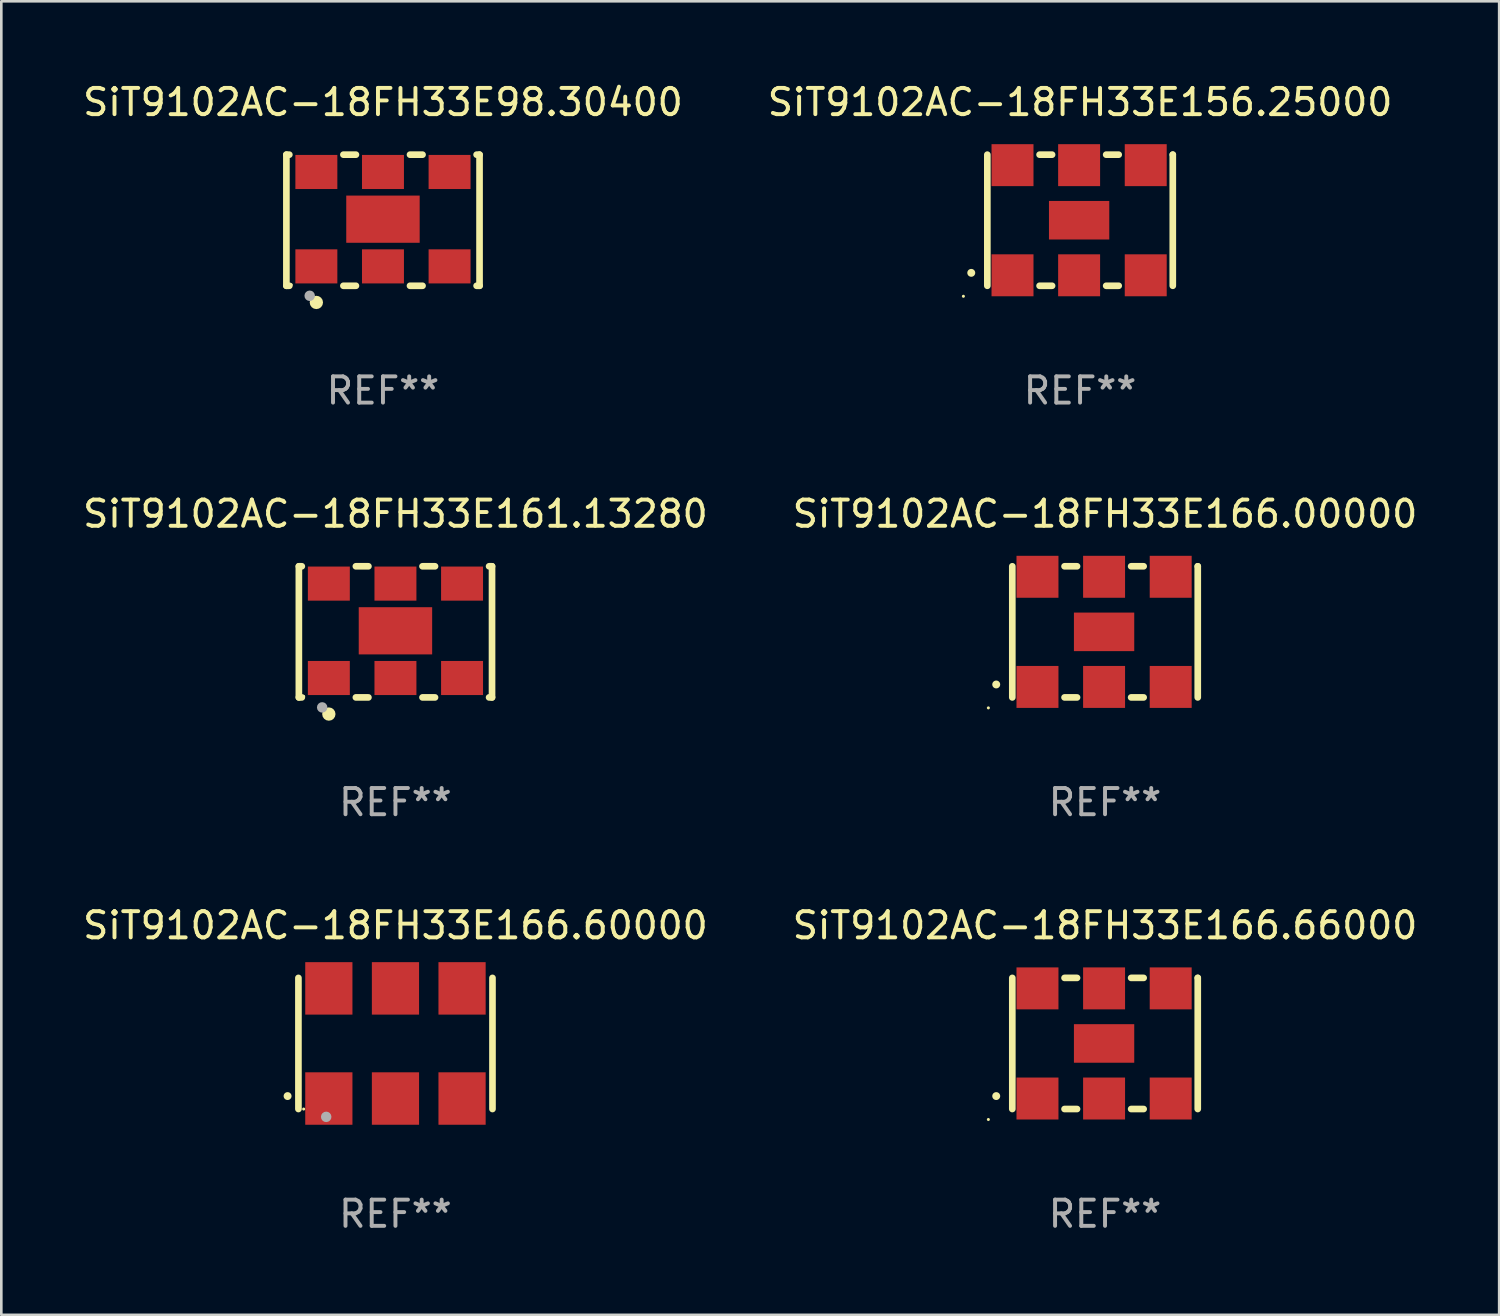
<source format=kicad_pcb>
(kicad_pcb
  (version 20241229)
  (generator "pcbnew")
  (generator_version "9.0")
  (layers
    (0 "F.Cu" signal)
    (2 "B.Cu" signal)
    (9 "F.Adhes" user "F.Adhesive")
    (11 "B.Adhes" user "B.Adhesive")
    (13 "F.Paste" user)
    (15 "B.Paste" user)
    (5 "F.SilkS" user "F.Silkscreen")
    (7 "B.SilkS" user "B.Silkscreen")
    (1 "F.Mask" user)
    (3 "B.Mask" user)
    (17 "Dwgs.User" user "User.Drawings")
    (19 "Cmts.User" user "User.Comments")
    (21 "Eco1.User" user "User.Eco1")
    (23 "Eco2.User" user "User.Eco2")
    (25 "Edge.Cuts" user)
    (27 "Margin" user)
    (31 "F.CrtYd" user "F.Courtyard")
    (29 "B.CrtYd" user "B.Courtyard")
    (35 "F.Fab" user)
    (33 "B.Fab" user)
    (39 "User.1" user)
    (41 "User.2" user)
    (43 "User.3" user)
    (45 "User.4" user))
  (footprint "SiT9102AC-18FH33E161.13280"
    (layer "F.Cu")
    (at 12.03 21.045)
    (property "Reference" "SiT9102AC-18FH33E161.13280" (at 0 -4.5 0) (layer "F.SilkS") (effects (font (size 1 1) (thickness 0.15))))
    (attr through_hole)
    (fp_line (start -3.683 -2.5) (end -3.571 -2.5) (stroke (width 0.254) (type solid)) (layer "F.SilkS"))
    (fp_line (start -3.683 2.5) (end -3.683 -2.5) (stroke (width 0.254) (type solid)) (layer "F.SilkS"))
    (fp_line (start -3.683 2.5) (end -3.571 2.5) (stroke (width 0.254) (type solid)) (layer "F.SilkS"))
    (fp_line (start -1.509 -2.5) (end -1.031 -2.5) (stroke (width 0.254) (type solid)) (layer "F.SilkS"))
    (fp_line (start -1.509 2.5) (end -1.031 2.5) (stroke (width 0.254) (type solid)) (layer "F.SilkS"))
    (fp_line (start 1.031 -2.5) (end 1.509 -2.5) (stroke (width 0.254) (type solid)) (layer "F.SilkS"))
    (fp_line (start 1.031 2.5) (end 1.509 2.5) (stroke (width 0.254) (type solid)) (layer "F.SilkS"))
    (fp_line (start 3.571 -2.5) (end 3.683 -2.5) (stroke (width 0.254) (type solid)) (layer "F.SilkS"))
    (fp_line (start 3.571 2.5) (end 3.683 2.5) (stroke (width 0.254) (type solid)) (layer "F.SilkS"))
    (fp_line (start 3.683 2.5) (end 3.683 -2.5) (stroke (width 0.254) (type solid)) (layer "F.SilkS"))
    (fp_circle (center -3.5 2.46) (end -3.47 2.46) (stroke (width 0.06) (type solid)) (fill no) (layer "F.SilkS"))
    (fp_circle (center -2.54 3.135) (end -2.413 3.135) (stroke (width 0.254) (type solid)) (fill no) (layer "F.SilkS"))
    (fp_circle (center -2.794 2.881) (end -2.694 2.881) (stroke (width 0.2) (type solid)) (fill no) (layer "F.Fab"))
    (fp_text user "REF**" (at 0 6.5 0) (layer "F.Fab") (effects (font (size 1 1) (thickness 0.15))))
    (pad "1" smd rect (at -2.54 1.76) (size 1.6 1.3) (layers "F.Cu" "F.Mask" "F.Paste"))
    (pad "2" smd rect (at 0 1.76) (size 1.6 1.3) (layers "F.Cu" "F.Mask" "F.Paste"))
    (pad "3" smd rect (at 2.54 1.76) (size 1.6 1.3) (layers "F.Cu" "F.Mask" "F.Paste"))
    (pad "4" smd rect (at 2.54 -1.84) (size 1.6 1.3) (layers "F.Cu" "F.Mask" "F.Paste"))
    (pad "5" smd rect (at 0 -1.84) (size 1.6 1.3) (layers "F.Cu" "F.Mask" "F.Paste"))
    (pad "6" smd rect (at -2.54 -1.84) (size 1.6 1.3) (layers "F.Cu" "F.Mask" "F.Paste"))
    (pad "7" smd rect (at 0 -0.04) (size 2.8 1.8) (layers "F.Cu" "F.Mask" "F.Paste")))
  (footprint "SiT9102AC-18FH33E166.60000"
    (layer "F.Cu")
    (at 12.03 36.741)
    (property "Reference" "SiT9102AC-18FH33E166.60000" (at 0 -4.5 0) (layer "F.SilkS") (effects (font (size 1 1) (thickness 0.15))))
    (attr through_hole)
    (fp_line (start -3.7 -2.5) (end -3.7 2.5) (stroke (width 0.254) (type solid)) (layer "F.SilkS"))
    (fp_line (start 3.7 -2.5) (end 3.7 2.5) (stroke (width 0.254) (type solid)) (layer "F.SilkS"))
    (fp_arc (start -4.114415 2.006604) (mid -4.113145 2.006599) (end -4.111875 2.006604) (stroke (width 0.3) (type solid)) (layer "F.SilkS"))
    (fp_circle (center -3.5 2.501) (end -3.47 2.501) (stroke (width 0.06) (type solid)) (fill no) (layer "F.SilkS"))
    (fp_circle (center -2.641 2.799) (end -2.541 2.799) (stroke (width 0.2) (type solid)) (fill no) (layer "F.Fab"))
    (fp_text user "REF**" (at 0 6.5 0) (layer "F.Fab") (effects (font (size 1 1) (thickness 0.15))))
    (pad "1" smd rect (at -2.54 2.1) (size 1.8 2) (layers "F.Cu" "F.Mask" "F.Paste"))
    (pad "2" smd rect (at 0.000394 2.1) (size 1.8 2) (layers "F.Cu" "F.Mask" "F.Paste"))
    (pad "3" smd rect (at 2.54 2.1) (size 1.8 2) (layers "F.Cu" "F.Mask" "F.Paste"))
    (pad "4" smd rect (at 2.54 -2.1) (size 1.8 2) (layers "F.Cu" "F.Mask" "F.Paste"))
    (pad "5" smd rect (at 0.000394 -2.1) (size 1.8 2) (layers "F.Cu" "F.Mask" "F.Paste"))
    (pad "6" smd rect (at -2.54 -2.1) (size 1.8 2) (layers "F.Cu" "F.Mask" "F.Paste")))
  (footprint "SiT9102AC-18FH33E98.30400"
    (layer "F.Cu")
    (at 11.554 5.348)
    (property "Reference" "SiT9102AC-18FH33E98.30400" (at 0 -4.5 0) (layer "F.SilkS") (effects (font (size 1 1) (thickness 0.15))))
    (attr through_hole)
    (fp_line (start -3.683 -2.5) (end -3.571 -2.5) (stroke (width 0.254) (type solid)) (layer "F.SilkS"))
    (fp_line (start -3.683 2.5) (end -3.683 -2.5) (stroke (width 0.254) (type solid)) (layer "F.SilkS"))
    (fp_line (start -3.683 2.5) (end -3.571 2.5) (stroke (width 0.254) (type solid)) (layer "F.SilkS"))
    (fp_line (start -1.509 -2.5) (end -1.031 -2.5) (stroke (width 0.254) (type solid)) (layer "F.SilkS"))
    (fp_line (start -1.509 2.5) (end -1.031 2.5) (stroke (width 0.254) (type solid)) (layer "F.SilkS"))
    (fp_line (start 1.031 -2.5) (end 1.509 -2.5) (stroke (width 0.254) (type solid)) (layer "F.SilkS"))
    (fp_line (start 1.031 2.5) (end 1.509 2.5) (stroke (width 0.254) (type solid)) (layer "F.SilkS"))
    (fp_line (start 3.571 -2.5) (end 3.683 -2.5) (stroke (width 0.254) (type solid)) (layer "F.SilkS"))
    (fp_line (start 3.571 2.5) (end 3.683 2.5) (stroke (width 0.254) (type solid)) (layer "F.SilkS"))
    (fp_line (start 3.683 2.5) (end 3.683 -2.5) (stroke (width 0.254) (type solid)) (layer "F.SilkS"))
    (fp_circle (center -3.5 2.46) (end -3.47 2.46) (stroke (width 0.06) (type solid)) (fill no) (layer "F.SilkS"))
    (fp_circle (center -2.54 3.135) (end -2.413 3.135) (stroke (width 0.254) (type solid)) (fill no) (layer "F.SilkS"))
    (fp_circle (center -2.794 2.881) (end -2.694 2.881) (stroke (width 0.2) (type solid)) (fill no) (layer "F.Fab"))
    (fp_text user "REF**" (at 0 6.5 0) (layer "F.Fab") (effects (font (size 1 1) (thickness 0.15))))
    (pad "1" smd rect (at -2.54 1.76) (size 1.6 1.3) (layers "F.Cu" "F.Mask" "F.Paste"))
    (pad "2" smd rect (at 0 1.76) (size 1.6 1.3) (layers "F.Cu" "F.Mask" "F.Paste"))
    (pad "3" smd rect (at 2.54 1.76) (size 1.6 1.3) (layers "F.Cu" "F.Mask" "F.Paste"))
    (pad "4" smd rect (at 2.54 -1.84) (size 1.6 1.3) (layers "F.Cu" "F.Mask" "F.Paste"))
    (pad "5" smd rect (at 0 -1.84) (size 1.6 1.3) (layers "F.Cu" "F.Mask" "F.Paste"))
    (pad "6" smd rect (at -2.54 -1.84) (size 1.6 1.3) (layers "F.Cu" "F.Mask" "F.Paste"))
    (pad "7" smd rect (at 0 -0.04) (size 2.8 1.8) (layers "F.Cu" "F.Mask" "F.Paste")))
  (footprint "SiT9102AC-18FH33E166.66000"
    (layer "F.Cu")
    (at 39.089 36.741)
    (property "Reference" "SiT9102AC-18FH33E166.66000" (at 0 -4.5 0) (layer "F.SilkS") (effects (font (size 1 1) (thickness 0.15))))
    (attr through_hole)
    (fp_line (start -3.536 -2.5) (end -3.536 2.5) (stroke (width 0.254) (type solid)) (layer "F.SilkS"))
    (fp_line (start -1.544 2.5) (end -1.067 2.5) (stroke (width 0.254) (type solid)) (layer "F.SilkS"))
    (fp_line (start -1.067 -2.5) (end -1.544 -2.5) (stroke (width 0.254) (type solid)) (layer "F.SilkS"))
    (fp_line (start 0.996 2.5) (end 1.473 2.5) (stroke (width 0.254) (type solid)) (layer "F.SilkS"))
    (fp_line (start 1.473 -2.5) (end 0.996 -2.5) (stroke (width 0.254) (type solid)) (layer "F.SilkS"))
    (fp_line (start 3.536 -2.5) (end 3.536 -2.5) (stroke (width 0.254) (type solid)) (layer "F.SilkS"))
    (fp_line (start 3.536 2.5) (end 3.536 -2.5) (stroke (width 0.254) (type solid)) (layer "F.SilkS"))
    (fp_arc (start -4.150432 2.006604) (mid -4.149162 2.006599) (end -4.147892 2.006604) (stroke (width 0.3) (type solid)) (layer "F.SilkS"))
    (fp_circle (center -4.449 2.9) (end -4.419 2.9) (stroke (width 0.06) (type solid)) (fill no) (layer "F.SilkS"))
    (fp_text user "REF**" (at 0 6.5 0) (layer "F.Fab") (effects (font (size 1 1) (thickness 0.15))))
    (pad "1" smd rect (at -2.576 2.1) (size 1.6 1.6) (layers "F.Cu" "F.Mask" "F.Paste"))
    (pad "2" smd rect (at -0.036 2.1) (size 1.6 1.6) (layers "F.Cu" "F.Mask" "F.Paste"))
    (pad "3" smd rect (at 2.504 2.1) (size 1.6 1.6) (layers "F.Cu" "F.Mask" "F.Paste"))
    (pad "4" smd rect (at 2.504 -2.1) (size 1.6 1.6) (layers "F.Cu" "F.Mask" "F.Paste"))
    (pad "5" smd rect (at -0.036 -2.1) (size 1.6 1.6) (layers "F.Cu" "F.Mask" "F.Paste"))
    (pad "6" smd rect (at -2.576 -2.1) (size 1.6 1.6) (layers "F.Cu" "F.Mask" "F.Paste"))
    (pad "7" smd rect (at -0.036 0) (size 2.3 1.47) (layers "F.Cu" "F.Mask" "F.Paste")))
  (footprint "SiT9102AC-18FH33E166.00000"
    (layer "F.Cu")
    (at 39.089 21.045)
    (property "Reference" "SiT9102AC-18FH33E166.00000" (at 0 -4.5 0) (layer "F.SilkS") (effects (font (size 1 1) (thickness 0.15))))
    (attr through_hole)
    (fp_line (start -3.536 -2.5) (end -3.536 2.5) (stroke (width 0.254) (type solid)) (layer "F.SilkS"))
    (fp_line (start -1.544 2.5) (end -1.067 2.5) (stroke (width 0.254) (type solid)) (layer "F.SilkS"))
    (fp_line (start -1.067 -2.5) (end -1.544 -2.5) (stroke (width 0.254) (type solid)) (layer "F.SilkS"))
    (fp_line (start 0.996 2.5) (end 1.473 2.5) (stroke (width 0.254) (type solid)) (layer "F.SilkS"))
    (fp_line (start 1.473 -2.5) (end 0.996 -2.5) (stroke (width 0.254) (type solid)) (layer "F.SilkS"))
    (fp_line (start 3.536 -2.5) (end 3.536 -2.5) (stroke (width 0.254) (type solid)) (layer "F.SilkS"))
    (fp_line (start 3.536 2.5) (end 3.536 -2.5) (stroke (width 0.254) (type solid)) (layer "F.SilkS"))
    (fp_arc (start -4.150432 2.006604) (mid -4.149162 2.006599) (end -4.147892 2.006604) (stroke (width 0.3) (type solid)) (layer "F.SilkS"))
    (fp_circle (center -4.449 2.9) (end -4.419 2.9) (stroke (width 0.06) (type solid)) (fill no) (layer "F.SilkS"))
    (fp_text user "REF**" (at 0 6.5 0) (layer "F.Fab") (effects (font (size 1 1) (thickness 0.15))))
    (pad "1" smd rect (at -2.576 2.1) (size 1.6 1.6) (layers "F.Cu" "F.Mask" "F.Paste"))
    (pad "2" smd rect (at -0.036 2.1) (size 1.6 1.6) (layers "F.Cu" "F.Mask" "F.Paste"))
    (pad "3" smd rect (at 2.504 2.1) (size 1.6 1.6) (layers "F.Cu" "F.Mask" "F.Paste"))
    (pad "4" smd rect (at 2.504 -2.1) (size 1.6 1.6) (layers "F.Cu" "F.Mask" "F.Paste"))
    (pad "5" smd rect (at -0.036 -2.1) (size 1.6 1.6) (layers "F.Cu" "F.Mask" "F.Paste"))
    (pad "6" smd rect (at -2.576 -2.1) (size 1.6 1.6) (layers "F.Cu" "F.Mask" "F.Paste"))
    (pad "7" smd rect (at -0.036 0) (size 2.3 1.47) (layers "F.Cu" "F.Mask" "F.Paste")))
  (footprint "SiT9102AC-18FH33E156.25000"
    (layer "F.Cu")
    (at 38.137 5.348)
    (property "Reference" "SiT9102AC-18FH33E156.25000" (at 0 -4.5 0) (layer "F.SilkS") (effects (font (size 1 1) (thickness 0.15))))
    (attr through_hole)
    (fp_line (start -3.536 -2.5) (end -3.536 2.5) (stroke (width 0.254) (type solid)) (layer "F.SilkS"))
    (fp_line (start -1.544 2.5) (end -1.067 2.5) (stroke (width 0.254) (type solid)) (layer "F.SilkS"))
    (fp_line (start -1.067 -2.5) (end -1.544 -2.5) (stroke (width 0.254) (type solid)) (layer "F.SilkS"))
    (fp_line (start 0.996 2.5) (end 1.473 2.5) (stroke (width 0.254) (type solid)) (layer "F.SilkS"))
    (fp_line (start 1.473 -2.5) (end 0.996 -2.5) (stroke (width 0.254) (type solid)) (layer "F.SilkS"))
    (fp_line (start 3.536 -2.5) (end 3.536 -2.5) (stroke (width 0.254) (type solid)) (layer "F.SilkS"))
    (fp_line (start 3.536 2.5) (end 3.536 -2.5) (stroke (width 0.254) (type solid)) (layer "F.SilkS"))
    (fp_arc (start -4.150432 2.006604) (mid -4.149162 2.006599) (end -4.147892 2.006604) (stroke (width 0.3) (type solid)) (layer "F.SilkS"))
    (fp_circle (center -4.449 2.9) (end -4.419 2.9) (stroke (width 0.06) (type solid)) (fill no) (layer "F.SilkS"))
    (fp_text user "REF**" (at 0 6.5 0) (layer "F.Fab") (effects (font (size 1 1) (thickness 0.15))))
    (pad "1" smd rect (at -2.576 2.1) (size 1.6 1.6) (layers "F.Cu" "F.Mask" "F.Paste"))
    (pad "2" smd rect (at -0.036 2.1) (size 1.6 1.6) (layers "F.Cu" "F.Mask" "F.Paste"))
    (pad "3" smd rect (at 2.504 2.1) (size 1.6 1.6) (layers "F.Cu" "F.Mask" "F.Paste"))
    (pad "4" smd rect (at 2.504 -2.1) (size 1.6 1.6) (layers "F.Cu" "F.Mask" "F.Paste"))
    (pad "5" smd rect (at -0.036 -2.1) (size 1.6 1.6) (layers "F.Cu" "F.Mask" "F.Paste"))
    (pad "6" smd rect (at -2.576 -2.1) (size 1.6 1.6) (layers "F.Cu" "F.Mask" "F.Paste"))
    (pad "7" smd rect (at -0.036 0) (size 2.3 1.47) (layers "F.Cu" "F.Mask" "F.Paste")))
  (gr_rect
    (start -3 -3)
    (end 54.119 47.09)
    (stroke (width 0.1) (type default))
    (fill no)
    (layer "Edge.Cuts")))
</source>
